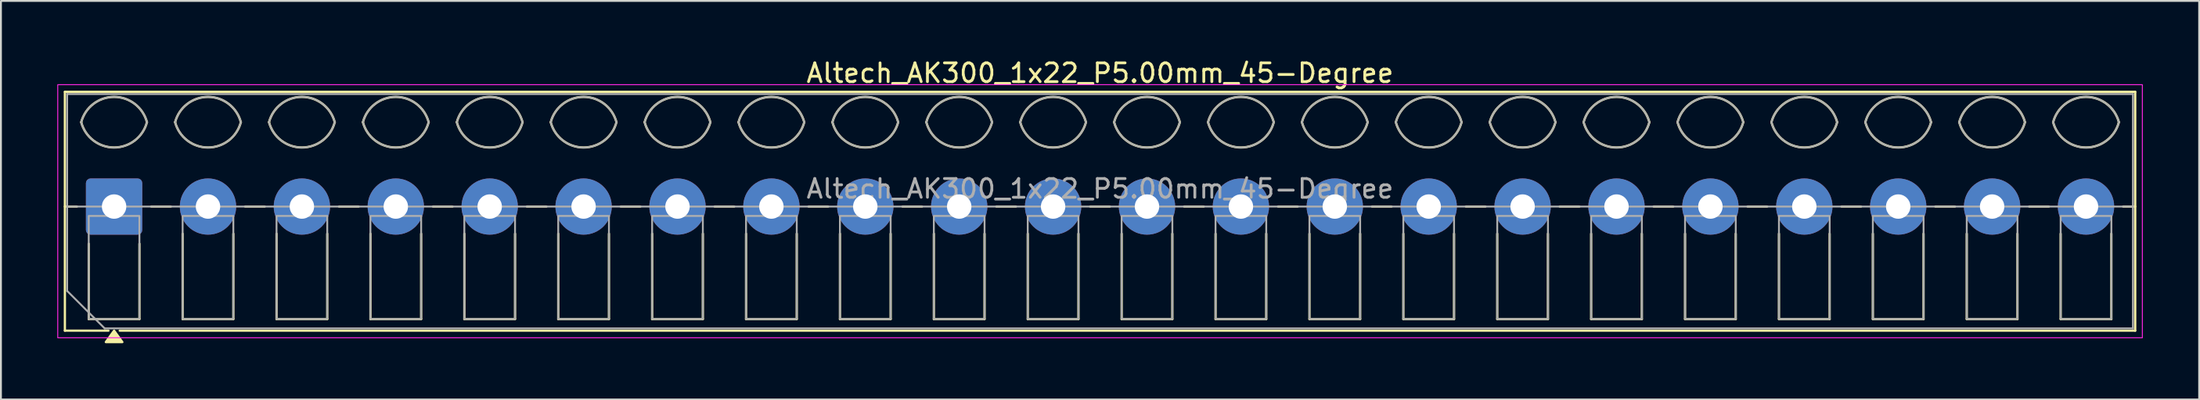
<source format=kicad_pcb>
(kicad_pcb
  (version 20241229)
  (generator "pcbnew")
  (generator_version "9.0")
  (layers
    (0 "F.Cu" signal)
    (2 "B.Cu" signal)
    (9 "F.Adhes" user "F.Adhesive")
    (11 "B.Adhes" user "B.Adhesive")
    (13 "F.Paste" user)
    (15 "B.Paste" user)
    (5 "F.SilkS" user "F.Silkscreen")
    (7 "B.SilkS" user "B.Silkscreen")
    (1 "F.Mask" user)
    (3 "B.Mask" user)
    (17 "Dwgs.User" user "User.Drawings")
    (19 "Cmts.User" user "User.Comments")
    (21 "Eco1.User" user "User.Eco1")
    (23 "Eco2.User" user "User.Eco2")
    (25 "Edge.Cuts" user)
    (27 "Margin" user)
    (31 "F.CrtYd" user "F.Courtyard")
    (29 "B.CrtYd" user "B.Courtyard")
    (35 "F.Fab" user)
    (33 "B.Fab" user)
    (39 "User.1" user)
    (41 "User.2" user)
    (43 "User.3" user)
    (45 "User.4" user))
  (footprint "Altech_AK300_1x22_P5.00mm_45-Degree"
    (layer "F.Cu")
    (at 3.025 7.968)
    (property "Reference" "Altech_AK300_1x22_P5.00mm_45-Degree" (at 52.5 -7.12 0) (layer "F.SilkS") (effects (font (size 1 1) (thickness 0.15))))
    (attr through_hole)
    (fp_line (start -2.62 -6.12) (end 107.62 -6.12) (stroke (width 0.12) (type solid)) (layer "F.SilkS"))
    (fp_line (start -2.62 0) (end -1.98 0) (stroke (width 0.12) (type solid)) (layer "F.SilkS"))
    (fp_line (start -2.62 6.62) (end -2.62 -6.12) (stroke (width 0.12) (type solid)) (layer "F.SilkS"))
    (fp_line (start -1.35 6) (end -1.35 1.98) (stroke (width 0.12) (type solid)) (layer "F.SilkS"))
    (fp_line (start -0.3 6.62) (end -2.62 6.62) (stroke (width 0.12) (type solid)) (layer "F.SilkS"))
    (fp_line (start 1.35 1.98) (end 1.35 6) (stroke (width 0.12) (type solid)) (layer "F.SilkS"))
    (fp_line (start 1.35 6) (end -1.35 6) (stroke (width 0.12) (type solid)) (layer "F.SilkS"))
    (fp_line (start 1.98 0) (end 3.02 0) (stroke (width 0.12) (type solid)) (layer "F.SilkS"))
    (fp_line (start 3.65 6) (end 3.65 1.448) (stroke (width 0.12) (type solid)) (layer "F.SilkS"))
    (fp_line (start 6.35 1.448) (end 6.35 6) (stroke (width 0.12) (type solid)) (layer "F.SilkS"))
    (fp_line (start 6.35 6) (end 3.65 6) (stroke (width 0.12) (type solid)) (layer "F.SilkS"))
    (fp_line (start 6.98 0) (end 8.02 0) (stroke (width 0.12) (type solid)) (layer "F.SilkS"))
    (fp_line (start 8.65 6) (end 8.65 1.448) (stroke (width 0.12) (type solid)) (layer "F.SilkS"))
    (fp_line (start 11.35 1.448) (end 11.35 6) (stroke (width 0.12) (type solid)) (layer "F.SilkS"))
    (fp_line (start 11.35 6) (end 8.65 6) (stroke (width 0.12) (type solid)) (layer "F.SilkS"))
    (fp_line (start 11.98 0) (end 13.02 0) (stroke (width 0.12) (type solid)) (layer "F.SilkS"))
    (fp_line (start 13.65 6) (end 13.65 1.448) (stroke (width 0.12) (type solid)) (layer "F.SilkS"))
    (fp_line (start 16.35 1.448) (end 16.35 6) (stroke (width 0.12) (type solid)) (layer "F.SilkS"))
    (fp_line (start 16.35 6) (end 13.65 6) (stroke (width 0.12) (type solid)) (layer "F.SilkS"))
    (fp_line (start 16.98 0) (end 18.02 0) (stroke (width 0.12) (type solid)) (layer "F.SilkS"))
    (fp_line (start 18.65 6) (end 18.65 1.448) (stroke (width 0.12) (type solid)) (layer "F.SilkS"))
    (fp_line (start 21.35 1.448) (end 21.35 6) (stroke (width 0.12) (type solid)) (layer "F.SilkS"))
    (fp_line (start 21.35 6) (end 18.65 6) (stroke (width 0.12) (type solid)) (layer "F.SilkS"))
    (fp_line (start 21.98 0) (end 23.02 0) (stroke (width 0.12) (type solid)) (layer "F.SilkS"))
    (fp_line (start 23.65 6) (end 23.65 1.448) (stroke (width 0.12) (type solid)) (layer "F.SilkS"))
    (fp_line (start 26.35 1.448) (end 26.35 6) (stroke (width 0.12) (type solid)) (layer "F.SilkS"))
    (fp_line (start 26.35 6) (end 23.65 6) (stroke (width 0.12) (type solid)) (layer "F.SilkS"))
    (fp_line (start 26.98 0) (end 28.02 0) (stroke (width 0.12) (type solid)) (layer "F.SilkS"))
    (fp_line (start 28.65 6) (end 28.65 1.448) (stroke (width 0.12) (type solid)) (layer "F.SilkS"))
    (fp_line (start 31.35 1.448) (end 31.35 6) (stroke (width 0.12) (type solid)) (layer "F.SilkS"))
    (fp_line (start 31.35 6) (end 28.65 6) (stroke (width 0.12) (type solid)) (layer "F.SilkS"))
    (fp_line (start 31.98 0) (end 33.02 0) (stroke (width 0.12) (type solid)) (layer "F.SilkS"))
    (fp_line (start 33.65 6) (end 33.65 1.448) (stroke (width 0.12) (type solid)) (layer "F.SilkS"))
    (fp_line (start 36.35 1.448) (end 36.35 6) (stroke (width 0.12) (type solid)) (layer "F.SilkS"))
    (fp_line (start 36.35 6) (end 33.65 6) (stroke (width 0.12) (type solid)) (layer "F.SilkS"))
    (fp_line (start 36.98 0) (end 38.02 0) (stroke (width 0.12) (type solid)) (layer "F.SilkS"))
    (fp_line (start 38.65 6) (end 38.65 1.448) (stroke (width 0.12) (type solid)) (layer "F.SilkS"))
    (fp_line (start 41.35 1.448) (end 41.35 6) (stroke (width 0.12) (type solid)) (layer "F.SilkS"))
    (fp_line (start 41.35 6) (end 38.65 6) (stroke (width 0.12) (type solid)) (layer "F.SilkS"))
    (fp_line (start 41.98 0) (end 43.02 0) (stroke (width 0.12) (type solid)) (layer "F.SilkS"))
    (fp_line (start 43.65 6) (end 43.65 1.448) (stroke (width 0.12) (type solid)) (layer "F.SilkS"))
    (fp_line (start 46.35 1.448) (end 46.35 6) (stroke (width 0.12) (type solid)) (layer "F.SilkS"))
    (fp_line (start 46.35 6) (end 43.65 6) (stroke (width 0.12) (type solid)) (layer "F.SilkS"))
    (fp_line (start 46.98 0) (end 48.02 0) (stroke (width 0.12) (type solid)) (layer "F.SilkS"))
    (fp_line (start 48.65 6) (end 48.65 1.448) (stroke (width 0.12) (type solid)) (layer "F.SilkS"))
    (fp_line (start 51.35 1.448) (end 51.35 6) (stroke (width 0.12) (type solid)) (layer "F.SilkS"))
    (fp_line (start 51.35 6) (end 48.65 6) (stroke (width 0.12) (type solid)) (layer "F.SilkS"))
    (fp_line (start 51.98 0) (end 53.02 0) (stroke (width 0.12) (type solid)) (layer "F.SilkS"))
    (fp_line (start 53.65 6) (end 53.65 1.448) (stroke (width 0.12) (type solid)) (layer "F.SilkS"))
    (fp_line (start 56.35 1.448) (end 56.35 6) (stroke (width 0.12) (type solid)) (layer "F.SilkS"))
    (fp_line (start 56.35 6) (end 53.65 6) (stroke (width 0.12) (type solid)) (layer "F.SilkS"))
    (fp_line (start 56.98 0) (end 58.02 0) (stroke (width 0.12) (type solid)) (layer "F.SilkS"))
    (fp_line (start 58.65 6) (end 58.65 1.448) (stroke (width 0.12) (type solid)) (layer "F.SilkS"))
    (fp_line (start 61.35 1.448) (end 61.35 6) (stroke (width 0.12) (type solid)) (layer "F.SilkS"))
    (fp_line (start 61.35 6) (end 58.65 6) (stroke (width 0.12) (type solid)) (layer "F.SilkS"))
    (fp_line (start 61.98 0) (end 63.02 0) (stroke (width 0.12) (type solid)) (layer "F.SilkS"))
    (fp_line (start 63.65 6) (end 63.65 1.448) (stroke (width 0.12) (type solid)) (layer "F.SilkS"))
    (fp_line (start 66.35 1.448) (end 66.35 6) (stroke (width 0.12) (type solid)) (layer "F.SilkS"))
    (fp_line (start 66.35 6) (end 63.65 6) (stroke (width 0.12) (type solid)) (layer "F.SilkS"))
    (fp_line (start 66.98 0) (end 68.02 0) (stroke (width 0.12) (type solid)) (layer "F.SilkS"))
    (fp_line (start 68.65 6) (end 68.65 1.448) (stroke (width 0.12) (type solid)) (layer "F.SilkS"))
    (fp_line (start 71.35 1.448) (end 71.35 6) (stroke (width 0.12) (type solid)) (layer "F.SilkS"))
    (fp_line (start 71.35 6) (end 68.65 6) (stroke (width 0.12) (type solid)) (layer "F.SilkS"))
    (fp_line (start 71.98 0) (end 73.02 0) (stroke (width 0.12) (type solid)) (layer "F.SilkS"))
    (fp_line (start 73.65 6) (end 73.65 1.448) (stroke (width 0.12) (type solid)) (layer "F.SilkS"))
    (fp_line (start 76.35 1.448) (end 76.35 6) (stroke (width 0.12) (type solid)) (layer "F.SilkS"))
    (fp_line (start 76.35 6) (end 73.65 6) (stroke (width 0.12) (type solid)) (layer "F.SilkS"))
    (fp_line (start 76.98 0) (end 78.02 0) (stroke (width 0.12) (type solid)) (layer "F.SilkS"))
    (fp_line (start 78.65 6) (end 78.65 1.448) (stroke (width 0.12) (type solid)) (layer "F.SilkS"))
    (fp_line (start 81.35 1.448) (end 81.35 6) (stroke (width 0.12) (type solid)) (layer "F.SilkS"))
    (fp_line (start 81.35 6) (end 78.65 6) (stroke (width 0.12) (type solid)) (layer "F.SilkS"))
    (fp_line (start 81.98 0) (end 83.02 0) (stroke (width 0.12) (type solid)) (layer "F.SilkS"))
    (fp_line (start 83.65 6) (end 83.65 1.448) (stroke (width 0.12) (type solid)) (layer "F.SilkS"))
    (fp_line (start 86.35 1.448) (end 86.35 6) (stroke (width 0.12) (type solid)) (layer "F.SilkS"))
    (fp_line (start 86.35 6) (end 83.65 6) (stroke (width 0.12) (type solid)) (layer "F.SilkS"))
    (fp_line (start 86.98 0) (end 88.02 0) (stroke (width 0.12) (type solid)) (layer "F.SilkS"))
    (fp_line (start 88.65 6) (end 88.65 1.448) (stroke (width 0.12) (type solid)) (layer "F.SilkS"))
    (fp_line (start 91.35 1.448) (end 91.35 6) (stroke (width 0.12) (type solid)) (layer "F.SilkS"))
    (fp_line (start 91.35 6) (end 88.65 6) (stroke (width 0.12) (type solid)) (layer "F.SilkS"))
    (fp_line (start 91.98 0) (end 93.02 0) (stroke (width 0.12) (type solid)) (layer "F.SilkS"))
    (fp_line (start 93.65 6) (end 93.65 1.448) (stroke (width 0.12) (type solid)) (layer "F.SilkS"))
    (fp_line (start 96.35 1.448) (end 96.35 6) (stroke (width 0.12) (type solid)) (layer "F.SilkS"))
    (fp_line (start 96.35 6) (end 93.65 6) (stroke (width 0.12) (type solid)) (layer "F.SilkS"))
    (fp_line (start 96.98 0) (end 98.02 0) (stroke (width 0.12) (type solid)) (layer "F.SilkS"))
    (fp_line (start 98.65 6) (end 98.65 1.448) (stroke (width 0.12) (type solid)) (layer "F.SilkS"))
    (fp_line (start 101.35 1.448) (end 101.35 6) (stroke (width 0.12) (type solid)) (layer "F.SilkS"))
    (fp_line (start 101.35 6) (end 98.65 6) (stroke (width 0.12) (type solid)) (layer "F.SilkS"))
    (fp_line (start 101.98 0) (end 103.02 0) (stroke (width 0.12) (type solid)) (layer "F.SilkS"))
    (fp_line (start 103.65 6) (end 103.65 1.448) (stroke (width 0.12) (type solid)) (layer "F.SilkS"))
    (fp_line (start 106.35 1.448) (end 106.35 6) (stroke (width 0.12) (type solid)) (layer "F.SilkS"))
    (fp_line (start 106.35 6) (end 103.65 6) (stroke (width 0.12) (type solid)) (layer "F.SilkS"))
    (fp_line (start 106.98 0) (end 107.62 0) (stroke (width 0.12) (type solid)) (layer "F.SilkS"))
    (fp_line (start 107.62 -6.12) (end 107.62 6.62) (stroke (width 0.12) (type solid)) (layer "F.SilkS"))
    (fp_line (start 107.62 6.62) (end 0.3 6.62) (stroke (width 0.12) (type solid)) (layer "F.SilkS"))
    (fp_arc (start -1.75 -4.5) (mid 0 -5.85) (end 1.75 -4.5) (stroke (width 0.12) (type solid)) (layer "F.SilkS"))
    (fp_arc (start 1.75 -4.5) (mid 0 -3.15) (end -1.75 -4.5) (stroke (width 0.12) (type solid)) (layer "F.SilkS"))
    (fp_arc (start 3.25 -4.5) (mid 5 -5.85) (end 6.75 -4.5) (stroke (width 0.12) (type solid)) (layer "F.SilkS"))
    (fp_arc (start 6.75 -4.5) (mid 5 -3.15) (end 3.25 -4.5) (stroke (width 0.12) (type solid)) (layer "F.SilkS"))
    (fp_arc (start 8.25 -4.5) (mid 10 -5.85) (end 11.75 -4.5) (stroke (width 0.12) (type solid)) (layer "F.SilkS"))
    (fp_arc (start 11.75 -4.5) (mid 10 -3.15) (end 8.25 -4.5) (stroke (width 0.12) (type solid)) (layer "F.SilkS"))
    (fp_arc (start 13.25 -4.5) (mid 15 -5.85) (end 16.75 -4.5) (stroke (width 0.12) (type solid)) (layer "F.SilkS"))
    (fp_arc (start 16.75 -4.5) (mid 15 -3.15) (end 13.25 -4.5) (stroke (width 0.12) (type solid)) (layer "F.SilkS"))
    (fp_arc (start 18.25 -4.5) (mid 20 -5.85) (end 21.75 -4.5) (stroke (width 0.12) (type solid)) (layer "F.SilkS"))
    (fp_arc (start 21.75 -4.5) (mid 20 -3.15) (end 18.25 -4.5) (stroke (width 0.12) (type solid)) (layer "F.SilkS"))
    (fp_arc (start 23.25 -4.5) (mid 25 -5.85) (end 26.75 -4.5) (stroke (width 0.12) (type solid)) (layer "F.SilkS"))
    (fp_arc (start 26.75 -4.5) (mid 25 -3.15) (end 23.25 -4.5) (stroke (width 0.12) (type solid)) (layer "F.SilkS"))
    (fp_arc (start 28.25 -4.5) (mid 30 -5.85) (end 31.75 -4.5) (stroke (width 0.12) (type solid)) (layer "F.SilkS"))
    (fp_arc (start 31.75 -4.5) (mid 30 -3.15) (end 28.25 -4.5) (stroke (width 0.12) (type solid)) (layer "F.SilkS"))
    (fp_arc (start 33.25 -4.5) (mid 35 -5.85) (end 36.75 -4.5) (stroke (width 0.12) (type solid)) (layer "F.SilkS"))
    (fp_arc (start 36.75 -4.5) (mid 35 -3.15) (end 33.25 -4.5) (stroke (width 0.12) (type solid)) (layer "F.SilkS"))
    (fp_arc (start 38.25 -4.5) (mid 40 -5.85) (end 41.75 -4.5) (stroke (width 0.12) (type solid)) (layer "F.SilkS"))
    (fp_arc (start 41.75 -4.5) (mid 40 -3.15) (end 38.25 -4.5) (stroke (width 0.12) (type solid)) (layer "F.SilkS"))
    (fp_arc (start 43.25 -4.5) (mid 45 -5.85) (end 46.75 -4.5) (stroke (width 0.12) (type solid)) (layer "F.SilkS"))
    (fp_arc (start 46.75 -4.5) (mid 45 -3.15) (end 43.25 -4.5) (stroke (width 0.12) (type solid)) (layer "F.SilkS"))
    (fp_arc (start 48.25 -4.5) (mid 50 -5.85) (end 51.75 -4.5) (stroke (width 0.12) (type solid)) (layer "F.SilkS"))
    (fp_arc (start 51.75 -4.5) (mid 50 -3.15) (end 48.25 -4.5) (stroke (width 0.12) (type solid)) (layer "F.SilkS"))
    (fp_arc (start 53.25 -4.5) (mid 55 -5.85) (end 56.75 -4.5) (stroke (width 0.12) (type solid)) (layer "F.SilkS"))
    (fp_arc (start 56.75 -4.5) (mid 55 -3.15) (end 53.25 -4.5) (stroke (width 0.12) (type solid)) (layer "F.SilkS"))
    (fp_arc (start 58.25 -4.5) (mid 60 -5.85) (end 61.75 -4.5) (stroke (width 0.12) (type solid)) (layer "F.SilkS"))
    (fp_arc (start 61.75 -4.5) (mid 60 -3.15) (end 58.25 -4.5) (stroke (width 0.12) (type solid)) (layer "F.SilkS"))
    (fp_arc (start 63.25 -4.5) (mid 65 -5.85) (end 66.75 -4.5) (stroke (width 0.12) (type solid)) (layer "F.SilkS"))
    (fp_arc (start 66.75 -4.5) (mid 65 -3.15) (end 63.25 -4.5) (stroke (width 0.12) (type solid)) (layer "F.SilkS"))
    (fp_arc (start 68.25 -4.5) (mid 70 -5.85) (end 71.75 -4.5) (stroke (width 0.12) (type solid)) (layer "F.SilkS"))
    (fp_arc (start 71.75 -4.5) (mid 70 -3.15) (end 68.25 -4.5) (stroke (width 0.12) (type solid)) (layer "F.SilkS"))
    (fp_arc (start 73.25 -4.5) (mid 75 -5.85) (end 76.75 -4.5) (stroke (width 0.12) (type solid)) (layer "F.SilkS"))
    (fp_arc (start 76.75 -4.5) (mid 75 -3.15) (end 73.25 -4.5) (stroke (width 0.12) (type solid)) (layer "F.SilkS"))
    (fp_arc (start 78.25 -4.5) (mid 80 -5.85) (end 81.75 -4.5) (stroke (width 0.12) (type solid)) (layer "F.SilkS"))
    (fp_arc (start 81.75 -4.5) (mid 80 -3.15) (end 78.25 -4.5) (stroke (width 0.12) (type solid)) (layer "F.SilkS"))
    (fp_arc (start 83.25 -4.5) (mid 85 -5.85) (end 86.75 -4.5) (stroke (width 0.12) (type solid)) (layer "F.SilkS"))
    (fp_arc (start 86.75 -4.5) (mid 85 -3.15) (end 83.25 -4.5) (stroke (width 0.12) (type solid)) (layer "F.SilkS"))
    (fp_arc (start 88.25 -4.5) (mid 90 -5.85) (end 91.75 -4.5) (stroke (width 0.12) (type solid)) (layer "F.SilkS"))
    (fp_arc (start 91.75 -4.5) (mid 90 -3.15) (end 88.25 -4.5) (stroke (width 0.12) (type solid)) (layer "F.SilkS"))
    (fp_arc (start 93.25 -4.5) (mid 95 -5.85) (end 96.75 -4.5) (stroke (width 0.12) (type solid)) (layer "F.SilkS"))
    (fp_arc (start 96.75 -4.5) (mid 95 -3.15) (end 93.25 -4.5) (stroke (width 0.12) (type solid)) (layer "F.SilkS"))
    (fp_arc (start 98.25 -4.5) (mid 100 -5.85) (end 101.75 -4.5) (stroke (width 0.12) (type solid)) (layer "F.SilkS"))
    (fp_arc (start 101.75 -4.5) (mid 100 -3.15) (end 98.25 -4.5) (stroke (width 0.12) (type solid)) (layer "F.SilkS"))
    (fp_arc (start 103.25 -4.5) (mid 105 -5.85) (end 106.75 -4.5) (stroke (width 0.12) (type solid)) (layer "F.SilkS"))
    (fp_arc (start 106.75 -4.5) (mid 105 -3.15) (end 103.25 -4.5) (stroke (width 0.12) (type solid)) (layer "F.SilkS"))
    (fp_poly (pts (xy 0 6.62) (xy 0.44 7.23) (xy -0.44 7.23)) (stroke (width 0.12) (type solid)) (fill yes) (layer "F.SilkS"))
    (fp_rect (start -3 -6.5) (end 108 7) (stroke (width 0.05) (type solid)) (fill no) (layer "F.CrtYd"))
    (fp_line (start -2.5 -6) (end 107.5 -6) (stroke (width 0.1) (type solid)) (layer "F.Fab"))
    (fp_line (start -2.5 0) (end 107.5 0) (stroke (width 0.1) (type solid)) (layer "F.Fab"))
    (fp_line (start -2.5 4.5) (end -2.5 -6) (stroke (width 0.1) (type solid)) (layer "F.Fab"))
    (fp_line (start -0.5 6.5) (end -2.5 4.5) (stroke (width 0.1) (type solid)) (layer "F.Fab"))
    (fp_line (start 107.5 -6) (end 107.5 6.5) (stroke (width 0.1) (type solid)) (layer "F.Fab"))
    (fp_line (start 107.5 6.5) (end -0.5 6.5) (stroke (width 0.1) (type solid)) (layer "F.Fab"))
    (fp_rect (start -1.35 0.5) (end 1.35 6) (stroke (width 0.1) (type solid)) (fill no) (layer "F.Fab"))
    (fp_rect (start 3.65 0.5) (end 6.35 6) (stroke (width 0.1) (type solid)) (fill no) (layer "F.Fab"))
    (fp_rect (start 8.65 0.5) (end 11.351 6) (stroke (width 0.1) (type solid)) (fill no) (layer "F.Fab"))
    (fp_rect (start 13.65 0.5) (end 16.351 6) (stroke (width 0.1) (type solid)) (fill no) (layer "F.Fab"))
    (fp_rect (start 18.65 0.5) (end 21.35 6) (stroke (width 0.1) (type solid)) (fill no) (layer "F.Fab"))
    (fp_rect (start 23.65 0.5) (end 26.35 6) (stroke (width 0.1) (type solid)) (fill no) (layer "F.Fab"))
    (fp_rect (start 28.65 0.5) (end 31.35 6) (stroke (width 0.1) (type solid)) (fill no) (layer "F.Fab"))
    (fp_rect (start 33.65 0.5) (end 36.35 6) (stroke (width 0.1) (type solid)) (fill no) (layer "F.Fab"))
    (fp_rect (start 38.65 0.5) (end 41.35 6) (stroke (width 0.1) (type solid)) (fill no) (layer "F.Fab"))
    (fp_rect (start 43.65 0.5) (end 46.35 6) (stroke (width 0.1) (type solid)) (fill no) (layer "F.Fab"))
    (fp_rect (start 48.65 0.5) (end 51.35 6) (stroke (width 0.1) (type solid)) (fill no) (layer "F.Fab"))
    (fp_rect (start 53.65 0.5) (end 56.35 6) (stroke (width 0.1) (type solid)) (fill no) (layer "F.Fab"))
    (fp_rect (start 58.65 0.5) (end 61.35 6) (stroke (width 0.1) (type solid)) (fill no) (layer "F.Fab"))
    (fp_rect (start 63.65 0.5) (end 66.35 6) (stroke (width 0.1) (type solid)) (fill no) (layer "F.Fab"))
    (fp_rect (start 68.65 0.5) (end 71.35 6) (stroke (width 0.1) (type solid)) (fill no) (layer "F.Fab"))
    (fp_rect (start 73.65 0.5) (end 76.35 6) (stroke (width 0.1) (type solid)) (fill no) (layer "F.Fab"))
    (fp_rect (start 78.65 0.5) (end 81.35 6) (stroke (width 0.1) (type solid)) (fill no) (layer "F.Fab"))
    (fp_rect (start 83.65 0.5) (end 86.35 6) (stroke (width 0.1) (type solid)) (fill no) (layer "F.Fab"))
    (fp_rect (start 88.65 0.5) (end 91.35 6) (stroke (width 0.1) (type solid)) (fill no) (layer "F.Fab"))
    (fp_rect (start 93.65 0.5) (end 96.35 6) (stroke (width 0.1) (type solid)) (fill no) (layer "F.Fab"))
    (fp_rect (start 98.65 0.5) (end 101.35 6) (stroke (width 0.1) (type solid)) (fill no) (layer "F.Fab"))
    (fp_rect (start 103.65 0.5) (end 106.35 6) (stroke (width 0.1) (type solid)) (fill no) (layer "F.Fab"))
    (fp_arc (start -1.75 -4.5) (mid 0 -5.85) (end 1.75 -4.5) (stroke (width 0.1) (type solid)) (layer "F.Fab"))
    (fp_arc (start 1.75 -4.5) (mid 0 -3.15) (end -1.75 -4.5) (stroke (width 0.1) (type solid)) (layer "F.Fab"))
    (fp_arc (start 3.25 -4.5) (mid 5 -5.85) (end 6.75 -4.5) (stroke (width 0.1) (type solid)) (layer "F.Fab"))
    (fp_arc (start 6.75 -4.5) (mid 5 -3.15) (end 3.25 -4.5) (stroke (width 0.1) (type solid)) (layer "F.Fab"))
    (fp_arc (start 8.25 -4.5) (mid 10 -5.85) (end 11.75 -4.5) (stroke (width 0.1) (type solid)) (layer "F.Fab"))
    (fp_arc (start 11.75 -4.5) (mid 10 -3.15) (end 8.25 -4.5) (stroke (width 0.1) (type solid)) (layer "F.Fab"))
    (fp_arc (start 13.25 -4.5) (mid 15 -5.85) (end 16.75 -4.5) (stroke (width 0.1) (type solid)) (layer "F.Fab"))
    (fp_arc (start 16.75 -4.5) (mid 15 -3.15) (end 13.25 -4.5) (stroke (width 0.1) (type solid)) (layer "F.Fab"))
    (fp_arc (start 18.25 -4.5) (mid 20 -5.85) (end 21.75 -4.5) (stroke (width 0.1) (type solid)) (layer "F.Fab"))
    (fp_arc (start 21.75 -4.5) (mid 20 -3.15) (end 18.25 -4.5) (stroke (width 0.1) (type solid)) (layer "F.Fab"))
    (fp_arc (start 23.25 -4.5) (mid 25 -5.85) (end 26.75 -4.5) (stroke (width 0.1) (type solid)) (layer "F.Fab"))
    (fp_arc (start 26.75 -4.5) (mid 25 -3.15) (end 23.25 -4.5) (stroke (width 0.1) (type solid)) (layer "F.Fab"))
    (fp_arc (start 28.25 -4.5) (mid 30 -5.85) (end 31.75 -4.5) (stroke (width 0.1) (type solid)) (layer "F.Fab"))
    (fp_arc (start 31.75 -4.5) (mid 30 -3.15) (end 28.25 -4.5) (stroke (width 0.1) (type solid)) (layer "F.Fab"))
    (fp_arc (start 33.25 -4.5) (mid 35 -5.85) (end 36.75 -4.5) (stroke (width 0.1) (type solid)) (layer "F.Fab"))
    (fp_arc (start 36.75 -4.5) (mid 35 -3.15) (end 33.25 -4.5) (stroke (width 0.1) (type solid)) (layer "F.Fab"))
    (fp_arc (start 38.25 -4.5) (mid 40 -5.85) (end 41.75 -4.5) (stroke (width 0.1) (type solid)) (layer "F.Fab"))
    (fp_arc (start 41.75 -4.5) (mid 40 -3.15) (end 38.25 -4.5) (stroke (width 0.1) (type solid)) (layer "F.Fab"))
    (fp_arc (start 43.25 -4.5) (mid 45 -5.85) (end 46.75 -4.5) (stroke (width 0.1) (type solid)) (layer "F.Fab"))
    (fp_arc (start 46.75 -4.5) (mid 45 -3.15) (end 43.25 -4.5) (stroke (width 0.1) (type solid)) (layer "F.Fab"))
    (fp_arc (start 48.25 -4.5) (mid 50 -5.85) (end 51.75 -4.5) (stroke (width 0.1) (type solid)) (layer "F.Fab"))
    (fp_arc (start 51.75 -4.5) (mid 50 -3.15) (end 48.25 -4.5) (stroke (width 0.1) (type solid)) (layer "F.Fab"))
    (fp_arc (start 53.25 -4.5) (mid 55 -5.85) (end 56.75 -4.5) (stroke (width 0.1) (type solid)) (layer "F.Fab"))
    (fp_arc (start 56.75 -4.5) (mid 55 -3.15) (end 53.25 -4.5) (stroke (width 0.1) (type solid)) (layer "F.Fab"))
    (fp_arc (start 58.25 -4.5) (mid 60 -5.85) (end 61.75 -4.5) (stroke (width 0.1) (type solid)) (layer "F.Fab"))
    (fp_arc (start 61.75 -4.5) (mid 60 -3.15) (end 58.25 -4.5) (stroke (width 0.1) (type solid)) (layer "F.Fab"))
    (fp_arc (start 63.25 -4.5) (mid 65 -5.85) (end 66.75 -4.5) (stroke (width 0.1) (type solid)) (layer "F.Fab"))
    (fp_arc (start 66.75 -4.5) (mid 65 -3.15) (end 63.25 -4.5) (stroke (width 0.1) (type solid)) (layer "F.Fab"))
    (fp_arc (start 68.25 -4.5) (mid 70 -5.85) (end 71.75 -4.5) (stroke (width 0.1) (type solid)) (layer "F.Fab"))
    (fp_arc (start 71.75 -4.5) (mid 70 -3.15) (end 68.25 -4.5) (stroke (width 0.1) (type solid)) (layer "F.Fab"))
    (fp_arc (start 73.25 -4.5) (mid 75 -5.85) (end 76.75 -4.5) (stroke (width 0.1) (type solid)) (layer "F.Fab"))
    (fp_arc (start 76.75 -4.5) (mid 75 -3.15) (end 73.25 -4.5) (stroke (width 0.1) (type solid)) (layer "F.Fab"))
    (fp_arc (start 78.25 -4.5) (mid 80 -5.85) (end 81.75 -4.5) (stroke (width 0.1) (type solid)) (layer "F.Fab"))
    (fp_arc (start 81.75 -4.5) (mid 80 -3.15) (end 78.25 -4.5) (stroke (width 0.1) (type solid)) (layer "F.Fab"))
    (fp_arc (start 83.25 -4.5) (mid 85 -5.85) (end 86.75 -4.5) (stroke (width 0.1) (type solid)) (layer "F.Fab"))
    (fp_arc (start 86.75 -4.5) (mid 85 -3.15) (end 83.25 -4.5) (stroke (width 0.1) (type solid)) (layer "F.Fab"))
    (fp_arc (start 88.25 -4.5) (mid 90 -5.85) (end 91.75 -4.5) (stroke (width 0.1) (type solid)) (layer "F.Fab"))
    (fp_arc (start 91.75 -4.5) (mid 90 -3.15) (end 88.25 -4.5) (stroke (width 0.1) (type solid)) (layer "F.Fab"))
    (fp_arc (start 93.25 -4.5) (mid 95 -5.85) (end 96.75 -4.5) (stroke (width 0.1) (type solid)) (layer "F.Fab"))
    (fp_arc (start 96.75 -4.5) (mid 95 -3.15) (end 93.25 -4.5) (stroke (width 0.1) (type solid)) (layer "F.Fab"))
    (fp_arc (start 98.25 -4.5) (mid 100 -5.85) (end 101.75 -4.5) (stroke (width 0.1) (type solid)) (layer "F.Fab"))
    (fp_arc (start 101.75 -4.5) (mid 100 -3.15) (end 98.25 -4.5) (stroke (width 0.1) (type solid)) (layer "F.Fab"))
    (fp_arc (start 103.25 -4.5) (mid 105 -5.85) (end 106.75 -4.5) (stroke (width 0.1) (type solid)) (layer "F.Fab"))
    (fp_arc (start 106.75 -4.5) (mid 105 -3.15) (end 103.25 -4.5) (stroke (width 0.1) (type solid)) (layer "F.Fab"))
    (fp_text user "${REFERENCE}" (at 52.5 -0.95 0) (layer "F.Fab") (effects (font (size 1 1) (thickness 0.15))))
    (pad "1" thru_hole roundrect (at 0 0) (size 3 3) (drill 1.3) (layers "*.Cu" "*.Mask") (roundrect_rratio 0.083))
    (pad "2" thru_hole circle (at 5 0) (size 3 3) (drill 1.3) (layers "*.Cu" "*.Mask"))
    (pad "3" thru_hole circle (at 10 0) (size 3 3) (drill 1.3) (layers "*.Cu" "*.Mask"))
    (pad "4" thru_hole circle (at 15 0) (size 3 3) (drill 1.3) (layers "*.Cu" "*.Mask"))
    (pad "5" thru_hole circle (at 20 0) (size 3 3) (drill 1.3) (layers "*.Cu" "*.Mask"))
    (pad "6" thru_hole circle (at 25 0) (size 3 3) (drill 1.3) (layers "*.Cu" "*.Mask"))
    (pad "7" thru_hole circle (at 30 0) (size 3 3) (drill 1.3) (layers "*.Cu" "*.Mask"))
    (pad "8" thru_hole circle (at 35 0) (size 3 3) (drill 1.3) (layers "*.Cu" "*.Mask"))
    (pad "9" thru_hole circle (at 40 0) (size 3 3) (drill 1.3) (layers "*.Cu" "*.Mask"))
    (pad "10" thru_hole circle (at 45 0) (size 3 3) (drill 1.3) (layers "*.Cu" "*.Mask"))
    (pad "11" thru_hole circle (at 50 0) (size 3 3) (drill 1.3) (layers "*.Cu" "*.Mask"))
    (pad "12" thru_hole circle (at 55 0) (size 3 3) (drill 1.3) (layers "*.Cu" "*.Mask"))
    (pad "13" thru_hole circle (at 60 0) (size 3 3) (drill 1.3) (layers "*.Cu" "*.Mask"))
    (pad "14" thru_hole circle (at 65 0) (size 3 3) (drill 1.3) (layers "*.Cu" "*.Mask"))
    (pad "15" thru_hole circle (at 70 0) (size 3 3) (drill 1.3) (layers "*.Cu" "*.Mask"))
    (pad "16" thru_hole circle (at 75 0) (size 3 3) (drill 1.3) (layers "*.Cu" "*.Mask"))
    (pad "17" thru_hole circle (at 80 0) (size 3 3) (drill 1.3) (layers "*.Cu" "*.Mask"))
    (pad "18" thru_hole circle (at 85 0) (size 3 3) (drill 1.3) (layers "*.Cu" "*.Mask"))
    (pad "19" thru_hole circle (at 90 0) (size 3 3) (drill 1.3) (layers "*.Cu" "*.Mask"))
    (pad "20" thru_hole circle (at 95 0) (size 3 3) (drill 1.3) (layers "*.Cu" "*.Mask"))
    (pad "21" thru_hole circle (at 100 0) (size 3 3) (drill 1.3) (layers "*.Cu" "*.Mask"))
    (pad "22" thru_hole circle (at 105 0) (size 3 3) (drill 1.3) (layers "*.Cu" "*.Mask")))
  (gr_rect
    (start -3 -3)
    (end 114.05 18.258)
    (stroke (width 0.1) (type default))
    (fill no)
    (layer "Edge.Cuts")))
</source>
